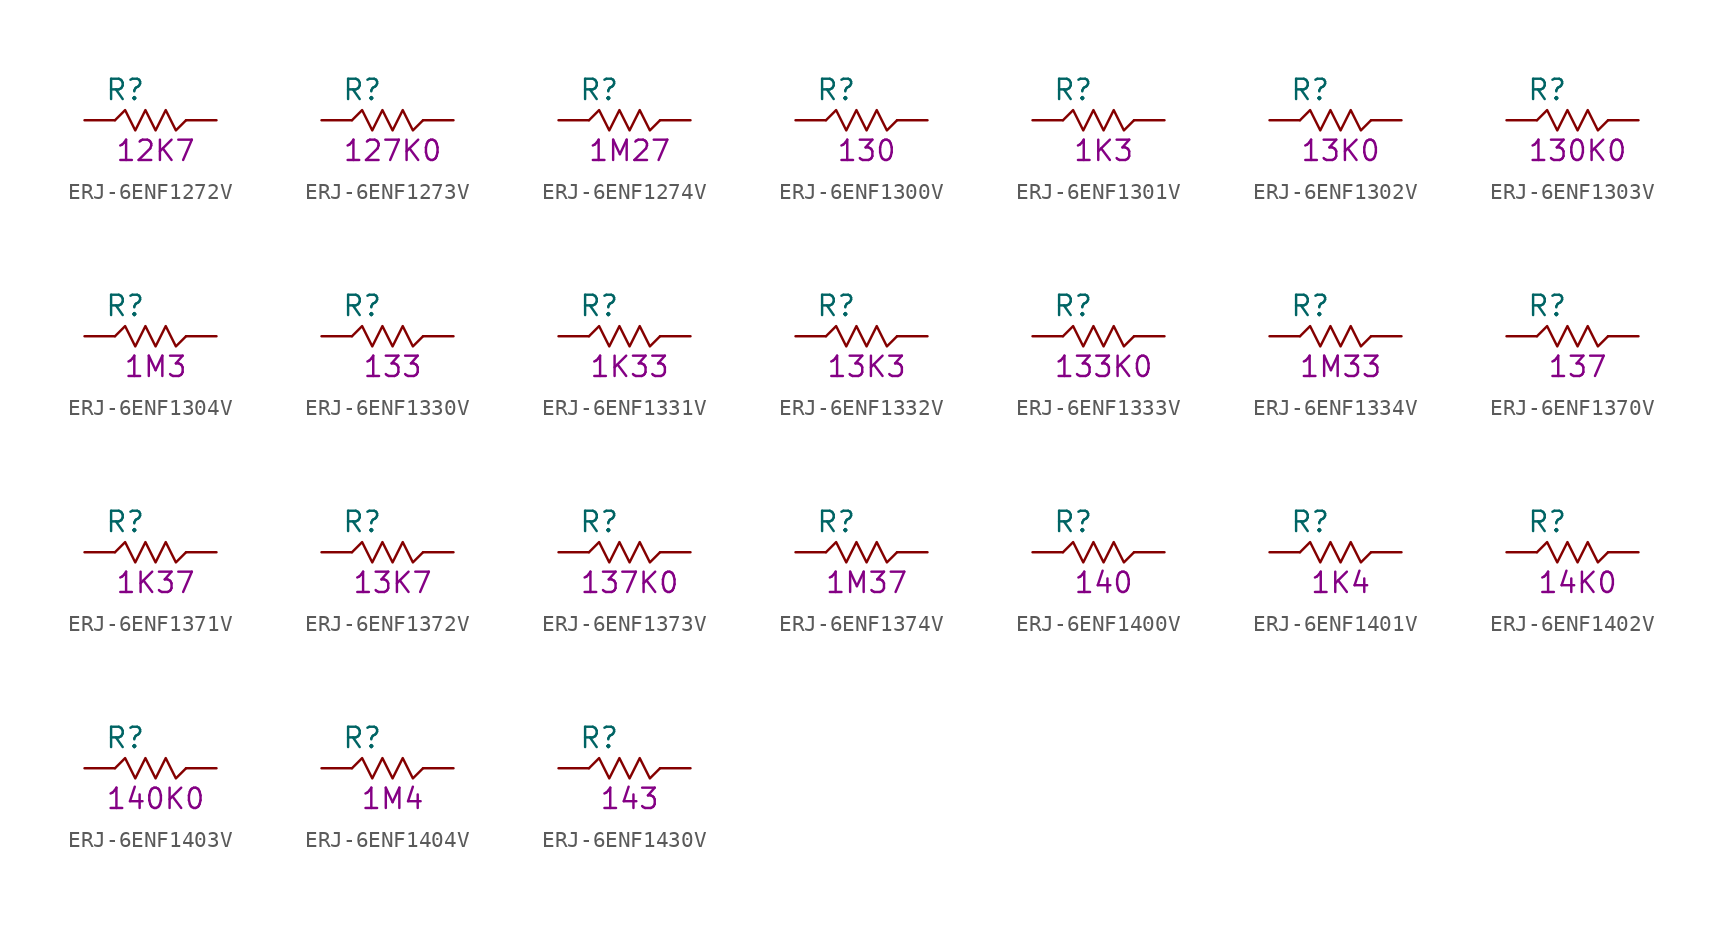
<source format=kicad_sym>
(kicad_symbol_lib
  (version 20211014)
  (generator KiCadLib_py)
  (symbol "ERJ-6ENF1272V"
    (pin_numbers hide)
    (pin_names hide)
    (property "Reference" "R"
      (at -1.905 1.905 0)
      (effects (font (size 1.27 1.27))))
    (property "Val" "12K7"
      (at 0 -1.905 0)
      (effects (font (size 1.27 1.27))))
    (symbol "ERJ-6ENF1272V_0_1"
      (polyline (pts (xy -2.54 0) (xy -1.905 0.635) (xy -1.27 -0.635) (xy -0.635 0.635) (xy 0 -0.635) (xy 0.635 0.635) (xy 1.27 -0.635) (xy 1.905 0)) (stroke (width 0) (type default) (color 0 0 0 0)) (fill (type none))))
    (symbol "ERJ-6ENF1272V_1_1"
      (pin passive line (at -4.445 0 0) (length 1.905) (name "~" (effects (font (size 1.27 1.27)))) (number "1" (effects (font (size 1.27 1.27)))))
      (pin passive line (at 3.81 0 180) (length 1.905) (name "~" (effects (font (size 1.27 1.27)))) (number "2" (effects (font (size 1.27 1.27)))))))
  (symbol "ERJ-6ENF1273V"
    (pin_numbers hide)
    (pin_names hide)
    (property "Reference" "R"
      (at -1.905 1.905 0)
      (effects (font (size 1.27 1.27))))
    (property "Val" "127K0"
      (at 0 -1.905 0)
      (effects (font (size 1.27 1.27))))
    (symbol "ERJ-6ENF1273V_0_1"
      (polyline (pts (xy -2.54 0) (xy -1.905 0.635) (xy -1.27 -0.635) (xy -0.635 0.635) (xy 0 -0.635) (xy 0.635 0.635) (xy 1.27 -0.635) (xy 1.905 0)) (stroke (width 0) (type default) (color 0 0 0 0)) (fill (type none))))
    (symbol "ERJ-6ENF1273V_1_1"
      (pin passive line (at -4.445 0 0) (length 1.905) (name "~" (effects (font (size 1.27 1.27)))) (number "1" (effects (font (size 1.27 1.27)))))
      (pin passive line (at 3.81 0 180) (length 1.905) (name "~" (effects (font (size 1.27 1.27)))) (number "2" (effects (font (size 1.27 1.27)))))))
  (symbol "ERJ-6ENF1274V"
    (pin_numbers hide)
    (pin_names hide)
    (property "Reference" "R"
      (at -1.905 1.905 0)
      (effects (font (size 1.27 1.27))))
    (property "Val" "1M27"
      (at 0 -1.905 0)
      (effects (font (size 1.27 1.27))))
    (symbol "ERJ-6ENF1274V_0_1"
      (polyline (pts (xy -2.54 0) (xy -1.905 0.635) (xy -1.27 -0.635) (xy -0.635 0.635) (xy 0 -0.635) (xy 0.635 0.635) (xy 1.27 -0.635) (xy 1.905 0)) (stroke (width 0) (type default) (color 0 0 0 0)) (fill (type none))))
    (symbol "ERJ-6ENF1274V_1_1"
      (pin passive line (at -4.445 0 0) (length 1.905) (name "~" (effects (font (size 1.27 1.27)))) (number "1" (effects (font (size 1.27 1.27)))))
      (pin passive line (at 3.81 0 180) (length 1.905) (name "~" (effects (font (size 1.27 1.27)))) (number "2" (effects (font (size 1.27 1.27)))))))
  (symbol "ERJ-6ENF1300V"
    (pin_numbers hide)
    (pin_names hide)
    (property "Reference" "R"
      (at -1.905 1.905 0)
      (effects (font (size 1.27 1.27))))
    (property "Val" "130"
      (at 0 -1.905 0)
      (effects (font (size 1.27 1.27))))
    (symbol "ERJ-6ENF1300V_0_1"
      (polyline (pts (xy -2.54 0) (xy -1.905 0.635) (xy -1.27 -0.635) (xy -0.635 0.635) (xy 0 -0.635) (xy 0.635 0.635) (xy 1.27 -0.635) (xy 1.905 0)) (stroke (width 0) (type default) (color 0 0 0 0)) (fill (type none))))
    (symbol "ERJ-6ENF1300V_1_1"
      (pin passive line (at -4.445 0 0) (length 1.905) (name "~" (effects (font (size 1.27 1.27)))) (number "1" (effects (font (size 1.27 1.27)))))
      (pin passive line (at 3.81 0 180) (length 1.905) (name "~" (effects (font (size 1.27 1.27)))) (number "2" (effects (font (size 1.27 1.27)))))))
  (symbol "ERJ-6ENF1301V"
    (pin_numbers hide)
    (pin_names hide)
    (property "Reference" "R"
      (at -1.905 1.905 0)
      (effects (font (size 1.27 1.27))))
    (property "Val" "1K3"
      (at 0 -1.905 0)
      (effects (font (size 1.27 1.27))))
    (symbol "ERJ-6ENF1301V_0_1"
      (polyline (pts (xy -2.54 0) (xy -1.905 0.635) (xy -1.27 -0.635) (xy -0.635 0.635) (xy 0 -0.635) (xy 0.635 0.635) (xy 1.27 -0.635) (xy 1.905 0)) (stroke (width 0) (type default) (color 0 0 0 0)) (fill (type none))))
    (symbol "ERJ-6ENF1301V_1_1"
      (pin passive line (at -4.445 0 0) (length 1.905) (name "~" (effects (font (size 1.27 1.27)))) (number "1" (effects (font (size 1.27 1.27)))))
      (pin passive line (at 3.81 0 180) (length 1.905) (name "~" (effects (font (size 1.27 1.27)))) (number "2" (effects (font (size 1.27 1.27)))))))
  (symbol "ERJ-6ENF1302V"
    (pin_numbers hide)
    (pin_names hide)
    (property "Reference" "R"
      (at -1.905 1.905 0)
      (effects (font (size 1.27 1.27))))
    (property "Val" "13K0"
      (at 0 -1.905 0)
      (effects (font (size 1.27 1.27))))
    (symbol "ERJ-6ENF1302V_0_1"
      (polyline (pts (xy -2.54 0) (xy -1.905 0.635) (xy -1.27 -0.635) (xy -0.635 0.635) (xy 0 -0.635) (xy 0.635 0.635) (xy 1.27 -0.635) (xy 1.905 0)) (stroke (width 0) (type default) (color 0 0 0 0)) (fill (type none))))
    (symbol "ERJ-6ENF1302V_1_1"
      (pin passive line (at -4.445 0 0) (length 1.905) (name "~" (effects (font (size 1.27 1.27)))) (number "1" (effects (font (size 1.27 1.27)))))
      (pin passive line (at 3.81 0 180) (length 1.905) (name "~" (effects (font (size 1.27 1.27)))) (number "2" (effects (font (size 1.27 1.27)))))))
  (symbol "ERJ-6ENF1303V"
    (pin_numbers hide)
    (pin_names hide)
    (property "Reference" "R"
      (at -1.905 1.905 0)
      (effects (font (size 1.27 1.27))))
    (property "Val" "130K0"
      (at 0 -1.905 0)
      (effects (font (size 1.27 1.27))))
    (symbol "ERJ-6ENF1303V_0_1"
      (polyline (pts (xy -2.54 0) (xy -1.905 0.635) (xy -1.27 -0.635) (xy -0.635 0.635) (xy 0 -0.635) (xy 0.635 0.635) (xy 1.27 -0.635) (xy 1.905 0)) (stroke (width 0) (type default) (color 0 0 0 0)) (fill (type none))))
    (symbol "ERJ-6ENF1303V_1_1"
      (pin passive line (at -4.445 0 0) (length 1.905) (name "~" (effects (font (size 1.27 1.27)))) (number "1" (effects (font (size 1.27 1.27)))))
      (pin passive line (at 3.81 0 180) (length 1.905) (name "~" (effects (font (size 1.27 1.27)))) (number "2" (effects (font (size 1.27 1.27)))))))
  (symbol "ERJ-6ENF1304V"
    (pin_numbers hide)
    (pin_names hide)
    (property "Reference" "R"
      (at -1.905 1.905 0)
      (effects (font (size 1.27 1.27))))
    (property "Val" "1M3"
      (at 0 -1.905 0)
      (effects (font (size 1.27 1.27))))
    (symbol "ERJ-6ENF1304V_0_1"
      (polyline (pts (xy -2.54 0) (xy -1.905 0.635) (xy -1.27 -0.635) (xy -0.635 0.635) (xy 0 -0.635) (xy 0.635 0.635) (xy 1.27 -0.635) (xy 1.905 0)) (stroke (width 0) (type default) (color 0 0 0 0)) (fill (type none))))
    (symbol "ERJ-6ENF1304V_1_1"
      (pin passive line (at -4.445 0 0) (length 1.905) (name "~" (effects (font (size 1.27 1.27)))) (number "1" (effects (font (size 1.27 1.27)))))
      (pin passive line (at 3.81 0 180) (length 1.905) (name "~" (effects (font (size 1.27 1.27)))) (number "2" (effects (font (size 1.27 1.27)))))))
  (symbol "ERJ-6ENF1330V"
    (pin_numbers hide)
    (pin_names hide)
    (property "Reference" "R"
      (at -1.905 1.905 0)
      (effects (font (size 1.27 1.27))))
    (property "Val" "133"
      (at 0 -1.905 0)
      (effects (font (size 1.27 1.27))))
    (symbol "ERJ-6ENF1330V_0_1"
      (polyline (pts (xy -2.54 0) (xy -1.905 0.635) (xy -1.27 -0.635) (xy -0.635 0.635) (xy 0 -0.635) (xy 0.635 0.635) (xy 1.27 -0.635) (xy 1.905 0)) (stroke (width 0) (type default) (color 0 0 0 0)) (fill (type none))))
    (symbol "ERJ-6ENF1330V_1_1"
      (pin passive line (at -4.445 0 0) (length 1.905) (name "~" (effects (font (size 1.27 1.27)))) (number "1" (effects (font (size 1.27 1.27)))))
      (pin passive line (at 3.81 0 180) (length 1.905) (name "~" (effects (font (size 1.27 1.27)))) (number "2" (effects (font (size 1.27 1.27)))))))
  (symbol "ERJ-6ENF1331V"
    (pin_numbers hide)
    (pin_names hide)
    (property "Reference" "R"
      (at -1.905 1.905 0)
      (effects (font (size 1.27 1.27))))
    (property "Val" "1K33"
      (at 0 -1.905 0)
      (effects (font (size 1.27 1.27))))
    (symbol "ERJ-6ENF1331V_0_1"
      (polyline (pts (xy -2.54 0) (xy -1.905 0.635) (xy -1.27 -0.635) (xy -0.635 0.635) (xy 0 -0.635) (xy 0.635 0.635) (xy 1.27 -0.635) (xy 1.905 0)) (stroke (width 0) (type default) (color 0 0 0 0)) (fill (type none))))
    (symbol "ERJ-6ENF1331V_1_1"
      (pin passive line (at -4.445 0 0) (length 1.905) (name "~" (effects (font (size 1.27 1.27)))) (number "1" (effects (font (size 1.27 1.27)))))
      (pin passive line (at 3.81 0 180) (length 1.905) (name "~" (effects (font (size 1.27 1.27)))) (number "2" (effects (font (size 1.27 1.27)))))))
  (symbol "ERJ-6ENF1332V"
    (pin_numbers hide)
    (pin_names hide)
    (property "Reference" "R"
      (at -1.905 1.905 0)
      (effects (font (size 1.27 1.27))))
    (property "Val" "13K3"
      (at 0 -1.905 0)
      (effects (font (size 1.27 1.27))))
    (symbol "ERJ-6ENF1332V_0_1"
      (polyline (pts (xy -2.54 0) (xy -1.905 0.635) (xy -1.27 -0.635) (xy -0.635 0.635) (xy 0 -0.635) (xy 0.635 0.635) (xy 1.27 -0.635) (xy 1.905 0)) (stroke (width 0) (type default) (color 0 0 0 0)) (fill (type none))))
    (symbol "ERJ-6ENF1332V_1_1"
      (pin passive line (at -4.445 0 0) (length 1.905) (name "~" (effects (font (size 1.27 1.27)))) (number "1" (effects (font (size 1.27 1.27)))))
      (pin passive line (at 3.81 0 180) (length 1.905) (name "~" (effects (font (size 1.27 1.27)))) (number "2" (effects (font (size 1.27 1.27)))))))
  (symbol "ERJ-6ENF1333V"
    (pin_numbers hide)
    (pin_names hide)
    (property "Reference" "R"
      (at -1.905 1.905 0)
      (effects (font (size 1.27 1.27))))
    (property "Val" "133K0"
      (at 0 -1.905 0)
      (effects (font (size 1.27 1.27))))
    (symbol "ERJ-6ENF1333V_0_1"
      (polyline (pts (xy -2.54 0) (xy -1.905 0.635) (xy -1.27 -0.635) (xy -0.635 0.635) (xy 0 -0.635) (xy 0.635 0.635) (xy 1.27 -0.635) (xy 1.905 0)) (stroke (width 0) (type default) (color 0 0 0 0)) (fill (type none))))
    (symbol "ERJ-6ENF1333V_1_1"
      (pin passive line (at -4.445 0 0) (length 1.905) (name "~" (effects (font (size 1.27 1.27)))) (number "1" (effects (font (size 1.27 1.27)))))
      (pin passive line (at 3.81 0 180) (length 1.905) (name "~" (effects (font (size 1.27 1.27)))) (number "2" (effects (font (size 1.27 1.27)))))))
  (symbol "ERJ-6ENF1334V"
    (pin_numbers hide)
    (pin_names hide)
    (property "Reference" "R"
      (at -1.905 1.905 0)
      (effects (font (size 1.27 1.27))))
    (property "Val" "1M33"
      (at 0 -1.905 0)
      (effects (font (size 1.27 1.27))))
    (symbol "ERJ-6ENF1334V_0_1"
      (polyline (pts (xy -2.54 0) (xy -1.905 0.635) (xy -1.27 -0.635) (xy -0.635 0.635) (xy 0 -0.635) (xy 0.635 0.635) (xy 1.27 -0.635) (xy 1.905 0)) (stroke (width 0) (type default) (color 0 0 0 0)) (fill (type none))))
    (symbol "ERJ-6ENF1334V_1_1"
      (pin passive line (at -4.445 0 0) (length 1.905) (name "~" (effects (font (size 1.27 1.27)))) (number "1" (effects (font (size 1.27 1.27)))))
      (pin passive line (at 3.81 0 180) (length 1.905) (name "~" (effects (font (size 1.27 1.27)))) (number "2" (effects (font (size 1.27 1.27)))))))
  (symbol "ERJ-6ENF1370V"
    (pin_numbers hide)
    (pin_names hide)
    (property "Reference" "R"
      (at -1.905 1.905 0)
      (effects (font (size 1.27 1.27))))
    (property "Val" "137"
      (at 0 -1.905 0)
      (effects (font (size 1.27 1.27))))
    (symbol "ERJ-6ENF1370V_0_1"
      (polyline (pts (xy -2.54 0) (xy -1.905 0.635) (xy -1.27 -0.635) (xy -0.635 0.635) (xy 0 -0.635) (xy 0.635 0.635) (xy 1.27 -0.635) (xy 1.905 0)) (stroke (width 0) (type default) (color 0 0 0 0)) (fill (type none))))
    (symbol "ERJ-6ENF1370V_1_1"
      (pin passive line (at -4.445 0 0) (length 1.905) (name "~" (effects (font (size 1.27 1.27)))) (number "1" (effects (font (size 1.27 1.27)))))
      (pin passive line (at 3.81 0 180) (length 1.905) (name "~" (effects (font (size 1.27 1.27)))) (number "2" (effects (font (size 1.27 1.27)))))))
  (symbol "ERJ-6ENF1371V"
    (pin_numbers hide)
    (pin_names hide)
    (property "Reference" "R"
      (at -1.905 1.905 0)
      (effects (font (size 1.27 1.27))))
    (property "Val" "1K37"
      (at 0 -1.905 0)
      (effects (font (size 1.27 1.27))))
    (symbol "ERJ-6ENF1371V_0_1"
      (polyline (pts (xy -2.54 0) (xy -1.905 0.635) (xy -1.27 -0.635) (xy -0.635 0.635) (xy 0 -0.635) (xy 0.635 0.635) (xy 1.27 -0.635) (xy 1.905 0)) (stroke (width 0) (type default) (color 0 0 0 0)) (fill (type none))))
    (symbol "ERJ-6ENF1371V_1_1"
      (pin passive line (at -4.445 0 0) (length 1.905) (name "~" (effects (font (size 1.27 1.27)))) (number "1" (effects (font (size 1.27 1.27)))))
      (pin passive line (at 3.81 0 180) (length 1.905) (name "~" (effects (font (size 1.27 1.27)))) (number "2" (effects (font (size 1.27 1.27)))))))
  (symbol "ERJ-6ENF1372V"
    (pin_numbers hide)
    (pin_names hide)
    (property "Reference" "R"
      (at -1.905 1.905 0)
      (effects (font (size 1.27 1.27))))
    (property "Val" "13K7"
      (at 0 -1.905 0)
      (effects (font (size 1.27 1.27))))
    (symbol "ERJ-6ENF1372V_0_1"
      (polyline (pts (xy -2.54 0) (xy -1.905 0.635) (xy -1.27 -0.635) (xy -0.635 0.635) (xy 0 -0.635) (xy 0.635 0.635) (xy 1.27 -0.635) (xy 1.905 0)) (stroke (width 0) (type default) (color 0 0 0 0)) (fill (type none))))
    (symbol "ERJ-6ENF1372V_1_1"
      (pin passive line (at -4.445 0 0) (length 1.905) (name "~" (effects (font (size 1.27 1.27)))) (number "1" (effects (font (size 1.27 1.27)))))
      (pin passive line (at 3.81 0 180) (length 1.905) (name "~" (effects (font (size 1.27 1.27)))) (number "2" (effects (font (size 1.27 1.27)))))))
  (symbol "ERJ-6ENF1373V"
    (pin_numbers hide)
    (pin_names hide)
    (property "Reference" "R"
      (at -1.905 1.905 0)
      (effects (font (size 1.27 1.27))))
    (property "Val" "137K0"
      (at 0 -1.905 0)
      (effects (font (size 1.27 1.27))))
    (symbol "ERJ-6ENF1373V_0_1"
      (polyline (pts (xy -2.54 0) (xy -1.905 0.635) (xy -1.27 -0.635) (xy -0.635 0.635) (xy 0 -0.635) (xy 0.635 0.635) (xy 1.27 -0.635) (xy 1.905 0)) (stroke (width 0) (type default) (color 0 0 0 0)) (fill (type none))))
    (symbol "ERJ-6ENF1373V_1_1"
      (pin passive line (at -4.445 0 0) (length 1.905) (name "~" (effects (font (size 1.27 1.27)))) (number "1" (effects (font (size 1.27 1.27)))))
      (pin passive line (at 3.81 0 180) (length 1.905) (name "~" (effects (font (size 1.27 1.27)))) (number "2" (effects (font (size 1.27 1.27)))))))
  (symbol "ERJ-6ENF1374V"
    (pin_numbers hide)
    (pin_names hide)
    (property "Reference" "R"
      (at -1.905 1.905 0)
      (effects (font (size 1.27 1.27))))
    (property "Val" "1M37"
      (at 0 -1.905 0)
      (effects (font (size 1.27 1.27))))
    (symbol "ERJ-6ENF1374V_0_1"
      (polyline (pts (xy -2.54 0) (xy -1.905 0.635) (xy -1.27 -0.635) (xy -0.635 0.635) (xy 0 -0.635) (xy 0.635 0.635) (xy 1.27 -0.635) (xy 1.905 0)) (stroke (width 0) (type default) (color 0 0 0 0)) (fill (type none))))
    (symbol "ERJ-6ENF1374V_1_1"
      (pin passive line (at -4.445 0 0) (length 1.905) (name "~" (effects (font (size 1.27 1.27)))) (number "1" (effects (font (size 1.27 1.27)))))
      (pin passive line (at 3.81 0 180) (length 1.905) (name "~" (effects (font (size 1.27 1.27)))) (number "2" (effects (font (size 1.27 1.27)))))))
  (symbol "ERJ-6ENF1400V"
    (pin_numbers hide)
    (pin_names hide)
    (property "Reference" "R"
      (at -1.905 1.905 0)
      (effects (font (size 1.27 1.27))))
    (property "Val" "140"
      (at 0 -1.905 0)
      (effects (font (size 1.27 1.27))))
    (symbol "ERJ-6ENF1400V_0_1"
      (polyline (pts (xy -2.54 0) (xy -1.905 0.635) (xy -1.27 -0.635) (xy -0.635 0.635) (xy 0 -0.635) (xy 0.635 0.635) (xy 1.27 -0.635) (xy 1.905 0)) (stroke (width 0) (type default) (color 0 0 0 0)) (fill (type none))))
    (symbol "ERJ-6ENF1400V_1_1"
      (pin passive line (at -4.445 0 0) (length 1.905) (name "~" (effects (font (size 1.27 1.27)))) (number "1" (effects (font (size 1.27 1.27)))))
      (pin passive line (at 3.81 0 180) (length 1.905) (name "~" (effects (font (size 1.27 1.27)))) (number "2" (effects (font (size 1.27 1.27)))))))
  (symbol "ERJ-6ENF1401V"
    (pin_numbers hide)
    (pin_names hide)
    (property "Reference" "R"
      (at -1.905 1.905 0)
      (effects (font (size 1.27 1.27))))
    (property "Val" "1K4"
      (at 0 -1.905 0)
      (effects (font (size 1.27 1.27))))
    (symbol "ERJ-6ENF1401V_0_1"
      (polyline (pts (xy -2.54 0) (xy -1.905 0.635) (xy -1.27 -0.635) (xy -0.635 0.635) (xy 0 -0.635) (xy 0.635 0.635) (xy 1.27 -0.635) (xy 1.905 0)) (stroke (width 0) (type default) (color 0 0 0 0)) (fill (type none))))
    (symbol "ERJ-6ENF1401V_1_1"
      (pin passive line (at -4.445 0 0) (length 1.905) (name "~" (effects (font (size 1.27 1.27)))) (number "1" (effects (font (size 1.27 1.27)))))
      (pin passive line (at 3.81 0 180) (length 1.905) (name "~" (effects (font (size 1.27 1.27)))) (number "2" (effects (font (size 1.27 1.27)))))))
  (symbol "ERJ-6ENF1402V"
    (pin_numbers hide)
    (pin_names hide)
    (property "Reference" "R"
      (at -1.905 1.905 0)
      (effects (font (size 1.27 1.27))))
    (property "Val" "14K0"
      (at 0 -1.905 0)
      (effects (font (size 1.27 1.27))))
    (symbol "ERJ-6ENF1402V_0_1"
      (polyline (pts (xy -2.54 0) (xy -1.905 0.635) (xy -1.27 -0.635) (xy -0.635 0.635) (xy 0 -0.635) (xy 0.635 0.635) (xy 1.27 -0.635) (xy 1.905 0)) (stroke (width 0) (type default) (color 0 0 0 0)) (fill (type none))))
    (symbol "ERJ-6ENF1402V_1_1"
      (pin passive line (at -4.445 0 0) (length 1.905) (name "~" (effects (font (size 1.27 1.27)))) (number "1" (effects (font (size 1.27 1.27)))))
      (pin passive line (at 3.81 0 180) (length 1.905) (name "~" (effects (font (size 1.27 1.27)))) (number "2" (effects (font (size 1.27 1.27)))))))
  (symbol "ERJ-6ENF1403V"
    (pin_numbers hide)
    (pin_names hide)
    (property "Reference" "R"
      (at -1.905 1.905 0)
      (effects (font (size 1.27 1.27))))
    (property "Val" "140K0"
      (at 0 -1.905 0)
      (effects (font (size 1.27 1.27))))
    (symbol "ERJ-6ENF1403V_0_1"
      (polyline (pts (xy -2.54 0) (xy -1.905 0.635) (xy -1.27 -0.635) (xy -0.635 0.635) (xy 0 -0.635) (xy 0.635 0.635) (xy 1.27 -0.635) (xy 1.905 0)) (stroke (width 0) (type default) (color 0 0 0 0)) (fill (type none))))
    (symbol "ERJ-6ENF1403V_1_1"
      (pin passive line (at -4.445 0 0) (length 1.905) (name "~" (effects (font (size 1.27 1.27)))) (number "1" (effects (font (size 1.27 1.27)))))
      (pin passive line (at 3.81 0 180) (length 1.905) (name "~" (effects (font (size 1.27 1.27)))) (number "2" (effects (font (size 1.27 1.27)))))))
  (symbol "ERJ-6ENF1404V"
    (pin_numbers hide)
    (pin_names hide)
    (property "Reference" "R"
      (at -1.905 1.905 0)
      (effects (font (size 1.27 1.27))))
    (property "Val" "1M4"
      (at 0 -1.905 0)
      (effects (font (size 1.27 1.27))))
    (symbol "ERJ-6ENF1404V_0_1"
      (polyline (pts (xy -2.54 0) (xy -1.905 0.635) (xy -1.27 -0.635) (xy -0.635 0.635) (xy 0 -0.635) (xy 0.635 0.635) (xy 1.27 -0.635) (xy 1.905 0)) (stroke (width 0) (type default) (color 0 0 0 0)) (fill (type none))))
    (symbol "ERJ-6ENF1404V_1_1"
      (pin passive line (at -4.445 0 0) (length 1.905) (name "~" (effects (font (size 1.27 1.27)))) (number "1" (effects (font (size 1.27 1.27)))))
      (pin passive line (at 3.81 0 180) (length 1.905) (name "~" (effects (font (size 1.27 1.27)))) (number "2" (effects (font (size 1.27 1.27)))))))
  (symbol "ERJ-6ENF1430V"
    (pin_numbers hide)
    (pin_names hide)
    (property "Reference" "R"
      (at -1.905 1.905 0)
      (effects (font (size 1.27 1.27))))
    (property "Val" "143"
      (at 0 -1.905 0)
      (effects (font (size 1.27 1.27))))
    (symbol "ERJ-6ENF1430V_0_1"
      (polyline (pts (xy -2.54 0) (xy -1.905 0.635) (xy -1.27 -0.635) (xy -0.635 0.635) (xy 0 -0.635) (xy 0.635 0.635) (xy 1.27 -0.635) (xy 1.905 0)) (stroke (width 0) (type default) (color 0 0 0 0)) (fill (type none))))
    (symbol "ERJ-6ENF1430V_1_1"
      (pin passive line (at -4.445 0 0) (length 1.905) (name "~" (effects (font (size 1.27 1.27)))) (number "1" (effects (font (size 1.27 1.27)))))
      (pin passive line (at 3.81 0 180) (length 1.905) (name "~" (effects (font (size 1.27 1.27)))) (number "2" (effects (font (size 1.27 1.27))))))))
</source>
